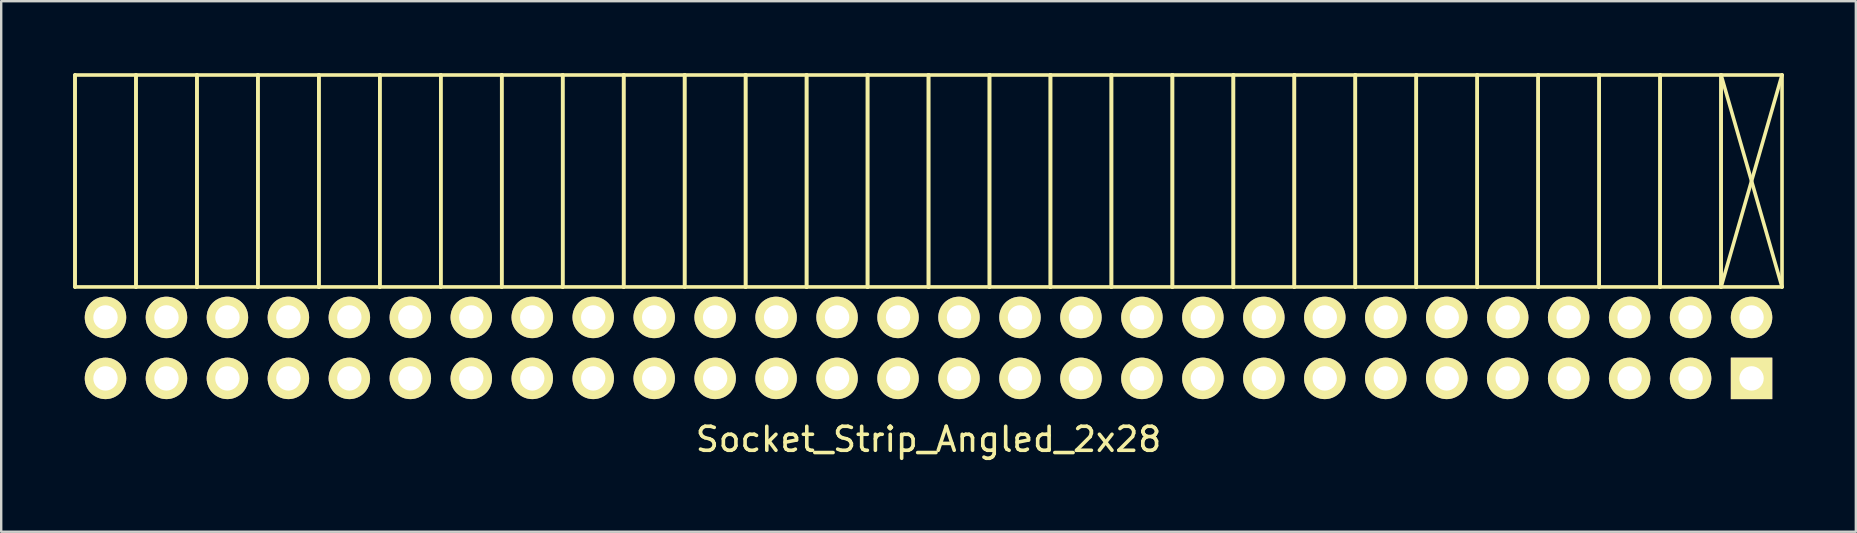
<source format=kicad_pcb>
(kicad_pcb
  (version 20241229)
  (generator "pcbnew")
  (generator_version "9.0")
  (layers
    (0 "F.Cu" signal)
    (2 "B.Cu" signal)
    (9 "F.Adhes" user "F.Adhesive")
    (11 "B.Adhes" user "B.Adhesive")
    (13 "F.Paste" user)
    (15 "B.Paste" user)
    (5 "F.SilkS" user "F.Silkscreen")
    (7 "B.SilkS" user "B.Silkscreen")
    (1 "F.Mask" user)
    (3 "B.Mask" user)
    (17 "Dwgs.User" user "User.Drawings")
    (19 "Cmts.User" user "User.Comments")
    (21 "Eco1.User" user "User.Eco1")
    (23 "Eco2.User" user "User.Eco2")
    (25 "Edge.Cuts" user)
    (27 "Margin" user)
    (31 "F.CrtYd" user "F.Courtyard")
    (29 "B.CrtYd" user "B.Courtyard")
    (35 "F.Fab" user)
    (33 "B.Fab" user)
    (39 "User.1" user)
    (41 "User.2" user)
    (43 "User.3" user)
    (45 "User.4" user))
  (footprint "Socket_Strip_Angled_2x28"
    (layer "F.Cu")
    (at 35.635 11.445)
    (property "Reference" "Socket_Strip_Angled_2x28" (at 0 3.81 0) (layer "F.SilkS") (effects (font (size 1 1) (thickness 0.15))))
    (attr through_hole)
    (fp_line (start -35.56 -11.37) (end -35.56 -2.54) (stroke (width 0.15) (type solid)) (layer "F.SilkS"))
    (fp_line (start -35.56 -2.54) (end -35.56 -11.37) (stroke (width 0.15) (type solid)) (layer "F.SilkS"))
    (fp_line (start -33.02 -11.37) (end -35.56 -11.37) (stroke (width 0.15) (type solid)) (layer "F.SilkS"))
    (fp_line (start -33.02 -11.37) (end -33.02 -2.54) (stroke (width 0.15) (type solid)) (layer "F.SilkS"))
    (fp_line (start -33.02 -2.54) (end -35.56 -2.54) (stroke (width 0.15) (type solid)) (layer "F.SilkS"))
    (fp_line (start -33.02 -2.54) (end -33.02 -11.37) (stroke (width 0.15) (type solid)) (layer "F.SilkS"))
    (fp_line (start -30.48 -11.37) (end -33.02 -11.37) (stroke (width 0.15) (type solid)) (layer "F.SilkS"))
    (fp_line (start -30.48 -11.37) (end -30.48 -2.54) (stroke (width 0.15) (type solid)) (layer "F.SilkS"))
    (fp_line (start -30.48 -2.54) (end -33.02 -2.54) (stroke (width 0.15) (type solid)) (layer "F.SilkS"))
    (fp_line (start -30.48 -2.54) (end -30.48 -11.37) (stroke (width 0.15) (type solid)) (layer "F.SilkS"))
    (fp_line (start -27.94 -11.37) (end -30.48 -11.37) (stroke (width 0.15) (type solid)) (layer "F.SilkS"))
    (fp_line (start -27.94 -11.37) (end -27.94 -2.54) (stroke (width 0.15) (type solid)) (layer "F.SilkS"))
    (fp_line (start -27.94 -2.54) (end -30.48 -2.54) (stroke (width 0.15) (type solid)) (layer "F.SilkS"))
    (fp_line (start -27.94 -2.54) (end -27.94 -11.37) (stroke (width 0.15) (type solid)) (layer "F.SilkS"))
    (fp_line (start -25.4 -11.37) (end -27.94 -11.37) (stroke (width 0.15) (type solid)) (layer "F.SilkS"))
    (fp_line (start -25.4 -11.37) (end -25.4 -2.54) (stroke (width 0.15) (type solid)) (layer "F.SilkS"))
    (fp_line (start -25.4 -2.54) (end -27.94 -2.54) (stroke (width 0.15) (type solid)) (layer "F.SilkS"))
    (fp_line (start -25.4 -2.54) (end -25.4 -11.37) (stroke (width 0.15) (type solid)) (layer "F.SilkS"))
    (fp_line (start -22.86 -11.37) (end -25.4 -11.37) (stroke (width 0.15) (type solid)) (layer "F.SilkS"))
    (fp_line (start -22.86 -11.37) (end -22.86 -2.54) (stroke (width 0.15) (type solid)) (layer "F.SilkS"))
    (fp_line (start -22.86 -2.54) (end -25.4 -2.54) (stroke (width 0.15) (type solid)) (layer "F.SilkS"))
    (fp_line (start -22.86 -2.54) (end -22.86 -11.37) (stroke (width 0.15) (type solid)) (layer "F.SilkS"))
    (fp_line (start -20.32 -11.37) (end -22.86 -11.37) (stroke (width 0.15) (type solid)) (layer "F.SilkS"))
    (fp_line (start -20.32 -11.37) (end -20.32 -2.54) (stroke (width 0.15) (type solid)) (layer "F.SilkS"))
    (fp_line (start -20.32 -2.54) (end -22.86 -2.54) (stroke (width 0.15) (type solid)) (layer "F.SilkS"))
    (fp_line (start -20.32 -2.54) (end -20.32 -11.37) (stroke (width 0.15) (type solid)) (layer "F.SilkS"))
    (fp_line (start -17.78 -11.37) (end -20.32 -11.37) (stroke (width 0.15) (type solid)) (layer "F.SilkS"))
    (fp_line (start -17.78 -11.37) (end -17.78 -2.54) (stroke (width 0.15) (type solid)) (layer "F.SilkS"))
    (fp_line (start -17.78 -2.54) (end -20.32 -2.54) (stroke (width 0.15) (type solid)) (layer "F.SilkS"))
    (fp_line (start -17.78 -2.54) (end -17.78 -11.37) (stroke (width 0.15) (type solid)) (layer "F.SilkS"))
    (fp_line (start -15.24 -11.37) (end -17.78 -11.37) (stroke (width 0.15) (type solid)) (layer "F.SilkS"))
    (fp_line (start -15.24 -11.37) (end -15.24 -2.54) (stroke (width 0.15) (type solid)) (layer "F.SilkS"))
    (fp_line (start -15.24 -2.54) (end -17.78 -2.54) (stroke (width 0.15) (type solid)) (layer "F.SilkS"))
    (fp_line (start -15.24 -2.54) (end -15.24 -11.37) (stroke (width 0.15) (type solid)) (layer "F.SilkS"))
    (fp_line (start -12.7 -11.37) (end -15.24 -11.37) (stroke (width 0.15) (type solid)) (layer "F.SilkS"))
    (fp_line (start -12.7 -11.37) (end -12.7 -2.54) (stroke (width 0.15) (type solid)) (layer "F.SilkS"))
    (fp_line (start -12.7 -2.54) (end -15.24 -2.54) (stroke (width 0.15) (type solid)) (layer "F.SilkS"))
    (fp_line (start -12.7 -2.54) (end -12.7 -11.37) (stroke (width 0.15) (type solid)) (layer "F.SilkS"))
    (fp_line (start -10.16 -11.37) (end -12.7 -11.37) (stroke (width 0.15) (type solid)) (layer "F.SilkS"))
    (fp_line (start -10.16 -11.37) (end -10.16 -2.54) (stroke (width 0.15) (type solid)) (layer "F.SilkS"))
    (fp_line (start -10.16 -2.54) (end -12.7 -2.54) (stroke (width 0.15) (type solid)) (layer "F.SilkS"))
    (fp_line (start -10.16 -2.54) (end -10.16 -11.37) (stroke (width 0.15) (type solid)) (layer "F.SilkS"))
    (fp_line (start -7.62 -11.37) (end -10.16 -11.37) (stroke (width 0.15) (type solid)) (layer "F.SilkS"))
    (fp_line (start -7.62 -11.37) (end -7.62 -2.54) (stroke (width 0.15) (type solid)) (layer "F.SilkS"))
    (fp_line (start -7.62 -2.54) (end -10.16 -2.54) (stroke (width 0.15) (type solid)) (layer "F.SilkS"))
    (fp_line (start -7.62 -2.54) (end -7.62 -11.37) (stroke (width 0.15) (type solid)) (layer "F.SilkS"))
    (fp_line (start -5.08 -11.37) (end -7.62 -11.37) (stroke (width 0.15) (type solid)) (layer "F.SilkS"))
    (fp_line (start -5.08 -11.37) (end -5.08 -2.54) (stroke (width 0.15) (type solid)) (layer "F.SilkS"))
    (fp_line (start -5.08 -2.54) (end -7.62 -2.54) (stroke (width 0.15) (type solid)) (layer "F.SilkS"))
    (fp_line (start -5.08 -2.54) (end -5.08 -11.37) (stroke (width 0.15) (type solid)) (layer "F.SilkS"))
    (fp_line (start -2.54 -11.37) (end -5.08 -11.37) (stroke (width 0.15) (type solid)) (layer "F.SilkS"))
    (fp_line (start -2.54 -11.37) (end -2.54 -2.54) (stroke (width 0.15) (type solid)) (layer "F.SilkS"))
    (fp_line (start -2.54 -2.54) (end -5.08 -2.54) (stroke (width 0.15) (type solid)) (layer "F.SilkS"))
    (fp_line (start -2.54 -2.54) (end -2.54 -11.37) (stroke (width 0.15) (type solid)) (layer "F.SilkS"))
    (fp_line (start 0 -11.37) (end -2.54 -11.37) (stroke (width 0.15) (type solid)) (layer "F.SilkS"))
    (fp_line (start 0 -11.37) (end 0 -2.54) (stroke (width 0.15) (type solid)) (layer "F.SilkS"))
    (fp_line (start 0 -2.54) (end -2.54 -2.54) (stroke (width 0.15) (type solid)) (layer "F.SilkS"))
    (fp_line (start 0 -2.54) (end 0 -11.37) (stroke (width 0.15) (type solid)) (layer "F.SilkS"))
    (fp_line (start 2.54 -11.37) (end 0 -11.37) (stroke (width 0.15) (type solid)) (layer "F.SilkS"))
    (fp_line (start 2.54 -11.37) (end 2.54 -2.54) (stroke (width 0.15) (type solid)) (layer "F.SilkS"))
    (fp_line (start 2.54 -2.54) (end 0 -2.54) (stroke (width 0.15) (type solid)) (layer "F.SilkS"))
    (fp_line (start 2.54 -2.54) (end 2.54 -11.37) (stroke (width 0.15) (type solid)) (layer "F.SilkS"))
    (fp_line (start 5.08 -11.37) (end 2.54 -11.37) (stroke (width 0.15) (type solid)) (layer "F.SilkS"))
    (fp_line (start 5.08 -11.37) (end 5.08 -2.54) (stroke (width 0.15) (type solid)) (layer "F.SilkS"))
    (fp_line (start 5.08 -2.54) (end 2.54 -2.54) (stroke (width 0.15) (type solid)) (layer "F.SilkS"))
    (fp_line (start 5.08 -2.54) (end 5.08 -11.37) (stroke (width 0.15) (type solid)) (layer "F.SilkS"))
    (fp_line (start 7.62 -11.37) (end 5.08 -11.37) (stroke (width 0.15) (type solid)) (layer "F.SilkS"))
    (fp_line (start 7.62 -11.37) (end 7.62 -2.54) (stroke (width 0.15) (type solid)) (layer "F.SilkS"))
    (fp_line (start 7.62 -2.54) (end 5.08 -2.54) (stroke (width 0.15) (type solid)) (layer "F.SilkS"))
    (fp_line (start 7.62 -2.54) (end 7.62 -11.37) (stroke (width 0.15) (type solid)) (layer "F.SilkS"))
    (fp_line (start 10.16 -11.37) (end 7.62 -11.37) (stroke (width 0.15) (type solid)) (layer "F.SilkS"))
    (fp_line (start 10.16 -11.37) (end 10.16 -2.54) (stroke (width 0.15) (type solid)) (layer "F.SilkS"))
    (fp_line (start 10.16 -2.54) (end 7.62 -2.54) (stroke (width 0.15) (type solid)) (layer "F.SilkS"))
    (fp_line (start 10.16 -2.54) (end 10.16 -11.37) (stroke (width 0.15) (type solid)) (layer "F.SilkS"))
    (fp_line (start 12.7 -11.37) (end 10.16 -11.37) (stroke (width 0.15) (type solid)) (layer "F.SilkS"))
    (fp_line (start 12.7 -11.37) (end 12.7 -2.54) (stroke (width 0.15) (type solid)) (layer "F.SilkS"))
    (fp_line (start 12.7 -2.54) (end 10.16 -2.54) (stroke (width 0.15) (type solid)) (layer "F.SilkS"))
    (fp_line (start 12.7 -2.54) (end 12.7 -11.37) (stroke (width 0.15) (type solid)) (layer "F.SilkS"))
    (fp_line (start 15.24 -11.37) (end 12.7 -11.37) (stroke (width 0.15) (type solid)) (layer "F.SilkS"))
    (fp_line (start 15.24 -11.37) (end 15.24 -2.54) (stroke (width 0.15) (type solid)) (layer "F.SilkS"))
    (fp_line (start 15.24 -2.54) (end 12.7 -2.54) (stroke (width 0.15) (type solid)) (layer "F.SilkS"))
    (fp_line (start 15.24 -2.54) (end 15.24 -11.37) (stroke (width 0.15) (type solid)) (layer "F.SilkS"))
    (fp_line (start 17.78 -11.37) (end 15.24 -11.37) (stroke (width 0.15) (type solid)) (layer "F.SilkS"))
    (fp_line (start 17.78 -11.37) (end 17.78 -2.54) (stroke (width 0.15) (type solid)) (layer "F.SilkS"))
    (fp_line (start 17.78 -2.54) (end 15.24 -2.54) (stroke (width 0.15) (type solid)) (layer "F.SilkS"))
    (fp_line (start 17.78 -2.54) (end 17.78 -11.37) (stroke (width 0.15) (type solid)) (layer "F.SilkS"))
    (fp_line (start 20.32 -11.37) (end 17.78 -11.37) (stroke (width 0.15) (type solid)) (layer "F.SilkS"))
    (fp_line (start 20.32 -11.37) (end 20.32 -2.54) (stroke (width 0.15) (type solid)) (layer "F.SilkS"))
    (fp_line (start 20.32 -2.54) (end 17.78 -2.54) (stroke (width 0.15) (type solid)) (layer "F.SilkS"))
    (fp_line (start 20.32 -2.54) (end 20.32 -11.37) (stroke (width 0.15) (type solid)) (layer "F.SilkS"))
    (fp_line (start 22.86 -11.37) (end 20.32 -11.37) (stroke (width 0.15) (type solid)) (layer "F.SilkS"))
    (fp_line (start 22.86 -11.37) (end 22.86 -2.54) (stroke (width 0.15) (type solid)) (layer "F.SilkS"))
    (fp_line (start 22.86 -2.54) (end 20.32 -2.54) (stroke (width 0.15) (type solid)) (layer "F.SilkS"))
    (fp_line (start 22.86 -2.54) (end 22.86 -11.37) (stroke (width 0.15) (type solid)) (layer "F.SilkS"))
    (fp_line (start 25.4 -11.37) (end 22.86 -11.37) (stroke (width 0.15) (type solid)) (layer "F.SilkS"))
    (fp_line (start 25.4 -11.37) (end 25.4 -2.54) (stroke (width 0.15) (type solid)) (layer "F.SilkS"))
    (fp_line (start 25.4 -2.54) (end 22.86 -2.54) (stroke (width 0.15) (type solid)) (layer "F.SilkS"))
    (fp_line (start 25.4 -2.54) (end 25.4 -11.37) (stroke (width 0.15) (type solid)) (layer "F.SilkS"))
    (fp_line (start 27.94 -11.37) (end 25.4 -11.37) (stroke (width 0.15) (type solid)) (layer "F.SilkS"))
    (fp_line (start 27.94 -11.37) (end 27.94 -2.54) (stroke (width 0.15) (type solid)) (layer "F.SilkS"))
    (fp_line (start 27.94 -2.54) (end 25.4 -2.54) (stroke (width 0.15) (type solid)) (layer "F.SilkS"))
    (fp_line (start 27.94 -2.54) (end 27.94 -11.37) (stroke (width 0.15) (type solid)) (layer "F.SilkS"))
    (fp_line (start 30.48 -11.37) (end 27.94 -11.37) (stroke (width 0.15) (type solid)) (layer "F.SilkS"))
    (fp_line (start 30.48 -11.37) (end 30.48 -2.54) (stroke (width 0.15) (type solid)) (layer "F.SilkS"))
    (fp_line (start 30.48 -2.54) (end 27.94 -2.54) (stroke (width 0.15) (type solid)) (layer "F.SilkS"))
    (fp_line (start 30.48 -2.54) (end 30.48 -11.37) (stroke (width 0.15) (type solid)) (layer "F.SilkS"))
    (fp_line (start 33.02 -11.37) (end 30.48 -11.37) (stroke (width 0.15) (type solid)) (layer "F.SilkS"))
    (fp_line (start 33.02 -11.37) (end 33.02 -2.54) (stroke (width 0.15) (type solid)) (layer "F.SilkS"))
    (fp_line (start 33.02 -2.54) (end 30.48 -2.54) (stroke (width 0.15) (type solid)) (layer "F.SilkS"))
    (fp_line (start 33.02 -2.54) (end 33.02 -11.37) (stroke (width 0.15) (type solid)) (layer "F.SilkS"))
    (fp_line (start 35.56 -11.37) (end 33.02 -11.37) (stroke (width 0.15) (type solid)) (layer "F.SilkS"))
    (fp_line (start 35.56 -11.37) (end 33.02 -2.54) (stroke (width 0.15) (type solid)) (layer "F.SilkS"))
    (fp_line (start 35.56 -2.54) (end 33.02 -11.37) (stroke (width 0.15) (type solid)) (layer "F.SilkS"))
    (fp_line (start 35.56 -2.54) (end 33.02 -2.54) (stroke (width 0.15) (type solid)) (layer "F.SilkS"))
    (fp_line (start 35.56 -2.54) (end 35.56 -11.37) (stroke (width 0.15) (type solid)) (layer "F.SilkS"))
    (pad "1" thru_hole rect (at 34.29 1.27 180) (size 1.727 1.727) (drill 1.016) (layers "*.Cu" "*.Mask" "F.SilkS"))
    (pad "2" thru_hole oval (at 34.29 -1.27 180) (size 1.727 1.727) (drill 1.016) (layers "*.Cu" "*.Mask" "F.SilkS"))
    (pad "3" thru_hole oval (at 31.75 1.27 180) (size 1.727 1.727) (drill 1.016) (layers "*.Cu" "*.Mask" "F.SilkS"))
    (pad "4" thru_hole oval (at 31.75 -1.27 180) (size 1.727 1.727) (drill 1.016) (layers "*.Cu" "*.Mask" "F.SilkS"))
    (pad "5" thru_hole oval (at 29.21 1.27 180) (size 1.727 1.727) (drill 1.016) (layers "*.Cu" "*.Mask" "F.SilkS"))
    (pad "6" thru_hole oval (at 29.21 -1.27 180) (size 1.727 1.727) (drill 1.016) (layers "*.Cu" "*.Mask" "F.SilkS"))
    (pad "7" thru_hole oval (at 26.67 1.27 180) (size 1.727 1.727) (drill 1.016) (layers "*.Cu" "*.Mask" "F.SilkS"))
    (pad "8" thru_hole oval (at 26.67 -1.27 180) (size 1.727 1.727) (drill 1.016) (layers "*.Cu" "*.Mask" "F.SilkS"))
    (pad "9" thru_hole oval (at 24.13 1.27 180) (size 1.727 1.727) (drill 1.016) (layers "*.Cu" "*.Mask" "F.SilkS"))
    (pad "10" thru_hole oval (at 24.13 -1.27 180) (size 1.727 1.727) (drill 1.016) (layers "*.Cu" "*.Mask" "F.SilkS"))
    (pad "11" thru_hole oval (at 21.59 1.27 180) (size 1.727 1.727) (drill 1.016) (layers "*.Cu" "*.Mask" "F.SilkS"))
    (pad "12" thru_hole oval (at 21.59 -1.27 180) (size 1.727 1.727) (drill 1.016) (layers "*.Cu" "*.Mask" "F.SilkS"))
    (pad "13" thru_hole oval (at 19.05 1.27 180) (size 1.727 1.727) (drill 1.016) (layers "*.Cu" "*.Mask" "F.SilkS"))
    (pad "14" thru_hole oval (at 19.05 -1.27 180) (size 1.727 1.727) (drill 1.016) (layers "*.Cu" "*.Mask" "F.SilkS"))
    (pad "15" thru_hole oval (at 16.51 1.27 180) (size 1.727 1.727) (drill 1.016) (layers "*.Cu" "*.Mask" "F.SilkS"))
    (pad "16" thru_hole oval (at 16.51 -1.27 180) (size 1.727 1.727) (drill 1.016) (layers "*.Cu" "*.Mask" "F.SilkS"))
    (pad "17" thru_hole oval (at 13.97 1.27 180) (size 1.727 1.727) (drill 1.016) (layers "*.Cu" "*.Mask" "F.SilkS"))
    (pad "18" thru_hole oval (at 13.97 -1.27 180) (size 1.727 1.727) (drill 1.016) (layers "*.Cu" "*.Mask" "F.SilkS"))
    (pad "19" thru_hole oval (at 11.43 1.27 180) (size 1.727 1.727) (drill 1.016) (layers "*.Cu" "*.Mask" "F.SilkS"))
    (pad "20" thru_hole oval (at 11.43 -1.27 180) (size 1.727 1.727) (drill 1.016) (layers "*.Cu" "*.Mask" "F.SilkS"))
    (pad "21" thru_hole oval (at 8.89 1.27 180) (size 1.727 1.727) (drill 1.016) (layers "*.Cu" "*.Mask" "F.SilkS"))
    (pad "22" thru_hole oval (at 8.89 -1.27 180) (size 1.727 1.727) (drill 1.016) (layers "*.Cu" "*.Mask" "F.SilkS"))
    (pad "23" thru_hole oval (at 6.35 1.27 180) (size 1.727 1.727) (drill 1.016) (layers "*.Cu" "*.Mask" "F.SilkS"))
    (pad "24" thru_hole oval (at 6.35 -1.27 180) (size 1.727 1.727) (drill 1.016) (layers "*.Cu" "*.Mask" "F.SilkS"))
    (pad "25" thru_hole oval (at 3.81 1.27 180) (size 1.727 1.727) (drill 1.016) (layers "*.Cu" "*.Mask" "F.SilkS"))
    (pad "26" thru_hole oval (at 3.81 -1.27 180) (size 1.727 1.727) (drill 1.016) (layers "*.Cu" "*.Mask" "F.SilkS"))
    (pad "27" thru_hole oval (at 1.27 1.27 180) (size 1.727 1.727) (drill 1.016) (layers "*.Cu" "*.Mask" "F.SilkS"))
    (pad "28" thru_hole oval (at 1.27 -1.27 180) (size 1.727 1.727) (drill 1.016) (layers "*.Cu" "*.Mask" "F.SilkS"))
    (pad "29" thru_hole oval (at -1.27 1.27 180) (size 1.727 1.727) (drill 1.016) (layers "*.Cu" "*.Mask" "F.SilkS"))
    (pad "30" thru_hole oval (at -1.27 -1.27 180) (size 1.727 1.727) (drill 1.016) (layers "*.Cu" "*.Mask" "F.SilkS"))
    (pad "31" thru_hole oval (at -3.81 1.27 180) (size 1.727 1.727) (drill 1.016) (layers "*.Cu" "*.Mask" "F.SilkS"))
    (pad "32" thru_hole oval (at -3.81 -1.27 180) (size 1.727 1.727) (drill 1.016) (layers "*.Cu" "*.Mask" "F.SilkS"))
    (pad "33" thru_hole oval (at -6.35 1.27 180) (size 1.727 1.727) (drill 1.016) (layers "*.Cu" "*.Mask" "F.SilkS"))
    (pad "34" thru_hole oval (at -6.35 -1.27 180) (size 1.727 1.727) (drill 1.016) (layers "*.Cu" "*.Mask" "F.SilkS"))
    (pad "35" thru_hole oval (at -8.89 1.27 180) (size 1.727 1.727) (drill 1.016) (layers "*.Cu" "*.Mask" "F.SilkS"))
    (pad "36" thru_hole oval (at -8.89 -1.27 180) (size 1.727 1.727) (drill 1.016) (layers "*.Cu" "*.Mask" "F.SilkS"))
    (pad "37" thru_hole oval (at -11.43 1.27 180) (size 1.727 1.727) (drill 1.016) (layers "*.Cu" "*.Mask" "F.SilkS"))
    (pad "38" thru_hole oval (at -11.43 -1.27 180) (size 1.727 1.727) (drill 1.016) (layers "*.Cu" "*.Mask" "F.SilkS"))
    (pad "39" thru_hole oval (at -13.97 1.27 180) (size 1.727 1.727) (drill 1.016) (layers "*.Cu" "*.Mask" "F.SilkS"))
    (pad "40" thru_hole oval (at -13.97 -1.27 180) (size 1.727 1.727) (drill 1.016) (layers "*.Cu" "*.Mask" "F.SilkS"))
    (pad "41" thru_hole oval (at -16.51 1.27 180) (size 1.727 1.727) (drill 1.016) (layers "*.Cu" "*.Mask" "F.SilkS"))
    (pad "42" thru_hole oval (at -16.51 -1.27 180) (size 1.727 1.727) (drill 1.016) (layers "*.Cu" "*.Mask" "F.SilkS"))
    (pad "43" thru_hole oval (at -19.05 1.27 180) (size 1.727 1.727) (drill 1.016) (layers "*.Cu" "*.Mask" "F.SilkS"))
    (pad "44" thru_hole oval (at -19.05 -1.27 180) (size 1.727 1.727) (drill 1.016) (layers "*.Cu" "*.Mask" "F.SilkS"))
    (pad "45" thru_hole oval (at -21.59 1.27 180) (size 1.727 1.727) (drill 1.016) (layers "*.Cu" "*.Mask" "F.SilkS"))
    (pad "46" thru_hole oval (at -21.59 -1.27 180) (size 1.727 1.727) (drill 1.016) (layers "*.Cu" "*.Mask" "F.SilkS"))
    (pad "47" thru_hole oval (at -24.13 1.27 180) (size 1.727 1.727) (drill 1.016) (layers "*.Cu" "*.Mask" "F.SilkS"))
    (pad "48" thru_hole oval (at -24.13 -1.27 180) (size 1.727 1.727) (drill 1.016) (layers "*.Cu" "*.Mask" "F.SilkS"))
    (pad "49" thru_hole oval (at -26.67 1.27 180) (size 1.727 1.727) (drill 1.016) (layers "*.Cu" "*.Mask" "F.SilkS"))
    (pad "50" thru_hole oval (at -26.67 -1.27 180) (size 1.727 1.727) (drill 1.016) (layers "*.Cu" "*.Mask" "F.SilkS"))
    (pad "51" thru_hole oval (at -29.21 1.27 180) (size 1.727 1.727) (drill 1.016) (layers "*.Cu" "*.Mask" "F.SilkS"))
    (pad "52" thru_hole oval (at -29.21 -1.27 180) (size 1.727 1.727) (drill 1.016) (layers "*.Cu" "*.Mask" "F.SilkS"))
    (pad "53" thru_hole oval (at -31.75 1.27 180) (size 1.727 1.727) (drill 1.016) (layers "*.Cu" "*.Mask" "F.SilkS"))
    (pad "54" thru_hole oval (at -31.75 -1.27 180) (size 1.727 1.727) (drill 1.016) (layers "*.Cu" "*.Mask" "F.SilkS"))
    (pad "55" thru_hole oval (at -34.29 1.27 180) (size 1.727 1.727) (drill 1.016) (layers "*.Cu" "*.Mask" "F.SilkS"))
    (pad "56" thru_hole oval (at -34.29 -1.27 180) (size 1.727 1.727) (drill 1.016) (layers "*.Cu" "*.Mask" "F.SilkS")))
  (gr_rect
    (start -3 -3)
    (end 74.27 19.103)
    (stroke (width 0.1) (type default))
    (fill no)
    (layer "Edge.Cuts")))
</source>
